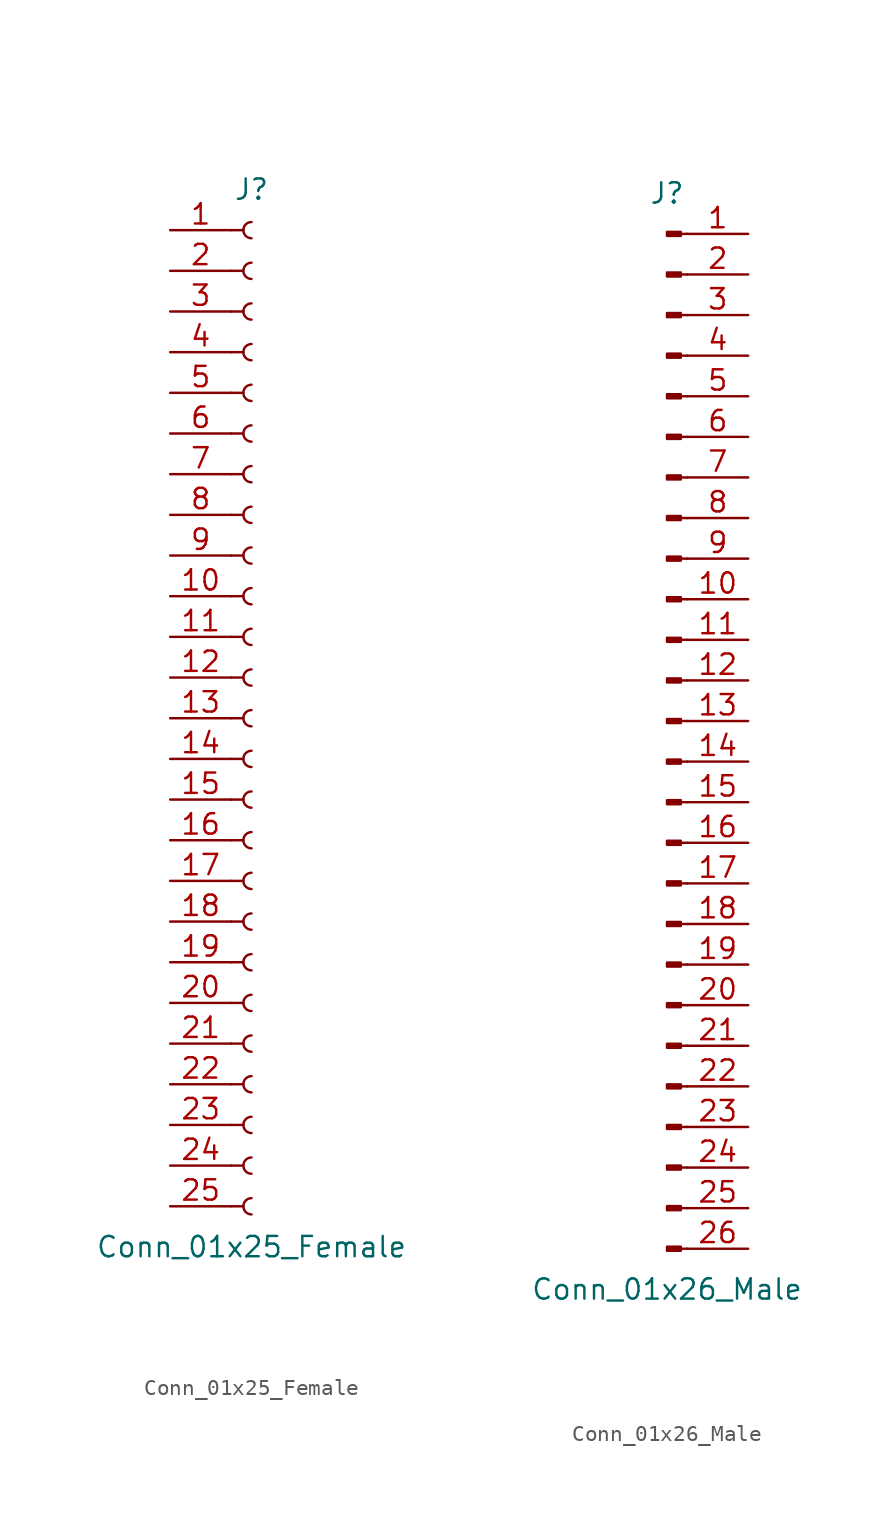
<source format=kicad_sym>
(kicad_symbol_lib
  (version 20201005)
  (generator kicad_symbol_editor)
  (symbol "Connector:Conn_01x25_Female"
    (pin_names
      (offset 1.016) hide)
    (property "Reference" "J"
      (at 0 33.02 0)
      (effects (font (size 1.27 1.27))))
    (property "Value" "Conn_01x25_Female"
      (at 0 -33.02 0)
      (effects (font (size 1.27 1.27))))
    (symbol "Conn_01x25_Female_1_1"
      (arc (start 0 -29.972) (end 0 -30.988) (radius (at 0 -30.48) (length 0.508) (angles 90.1 -90.1)) (stroke (width 0.1524)) (fill (type none)))
      (arc (start 0 -27.432) (end 0 -28.448) (radius (at 0 -27.94) (length 0.508) (angles 90.1 -90.1)) (stroke (width 0.1524)) (fill (type none)))
      (arc (start 0 -24.892) (end 0 -25.908) (radius (at 0 -25.4) (length 0.508) (angles 90.1 -90.1)) (stroke (width 0.1524)) (fill (type none)))
      (arc (start 0 -22.352) (end 0 -23.368) (radius (at 0 -22.86) (length 0.508) (angles 90.1 -90.1)) (stroke (width 0.1524)) (fill (type none)))
      (arc (start 0 -19.812) (end 0 -20.828) (radius (at 0 -20.32) (length 0.508) (angles 90.1 -90.1)) (stroke (width 0.1524)) (fill (type none)))
      (arc (start 0 -17.272) (end 0 -18.288) (radius (at 0 -17.78) (length 0.508) (angles 90.1 -90.1)) (stroke (width 0.1524)) (fill (type none)))
      (arc (start 0 -14.732) (end 0 -15.748) (radius (at 0 -15.24) (length 0.508) (angles 90.1 -90.1)) (stroke (width 0.1524)) (fill (type none)))
      (arc (start 0 -12.192) (end 0 -13.208) (radius (at 0 -12.7) (length 0.508) (angles 90.1 -90.1)) (stroke (width 0.1524)) (fill (type none)))
      (arc (start 0 -9.652) (end 0 -10.668) (radius (at 0 -10.16) (length 0.508) (angles 90.1 -90.1)) (stroke (width 0.1524)) (fill (type none)))
      (arc (start 0 -7.112) (end 0 -8.128) (radius (at 0 -7.62) (length 0.508) (angles 90.1 -90.1)) (stroke (width 0.1524)) (fill (type none)))
      (arc (start 0 -4.572) (end 0 -5.588) (radius (at 0 -5.08) (length 0.508) (angles 90.1 -90.1)) (stroke (width 0.1524)) (fill (type none)))
      (arc (start 0 -2.032) (end 0 -3.048) (radius (at 0 -2.54) (length 0.508) (angles 90.1 -90.1)) (stroke (width 0.1524)) (fill (type none)))
      (arc (start 0 0.508) (end 0 -0.508) (radius (at 0 0) (length 0.508) (angles 90.1 -90.1)) (stroke (width 0.1524)) (fill (type none)))
      (arc (start 0 3.048) (end 0 2.032) (radius (at 0 2.54) (length 0.508) (angles 90.1 -90.1)) (stroke (width 0.1524)) (fill (type none)))
      (arc (start 0 5.588) (end 0 4.572) (radius (at 0 5.08) (length 0.508) (angles 90.1 -90.1)) (stroke (width 0.1524)) (fill (type none)))
      (arc (start 0 8.128) (end 0 7.112) (radius (at 0 7.62) (length 0.508) (angles 90.1 -90.1)) (stroke (width 0.1524)) (fill (type none)))
      (arc (start 0 10.668) (end 0 9.652) (radius (at 0 10.16) (length 0.508) (angles 90.1 -90.1)) (stroke (width 0.1524)) (fill (type none)))
      (arc (start 0 13.208) (end 0 12.192) (radius (at 0 12.7) (length 0.508) (angles 90.1 -90.1)) (stroke (width 0.1524)) (fill (type none)))
      (arc (start 0 15.748) (end 0 14.732) (radius (at 0 15.24) (length 0.508) (angles 90.1 -90.1)) (stroke (width 0.1524)) (fill (type none)))
      (arc (start 0 18.288) (end 0 17.272) (radius (at 0 17.78) (length 0.508) (angles 90.1 -90.1)) (stroke (width 0.1524)) (fill (type none)))
      (arc (start 0 20.828) (end 0 19.812) (radius (at 0 20.32) (length 0.508) (angles 90.1 -90.1)) (stroke (width 0.1524)) (fill (type none)))
      (arc (start 0 23.368) (end 0 22.352) (radius (at 0 22.86) (length 0.508) (angles 90.1 -90.1)) (stroke (width 0.1524)) (fill (type none)))
      (arc (start 0 25.908) (end 0 24.892) (radius (at 0 25.4) (length 0.508) (angles 90.1 -90.1)) (stroke (width 0.1524)) (fill (type none)))
      (arc (start 0 28.448) (end 0 27.432) (radius (at 0 27.94) (length 0.508) (angles 90.1 -90.1)) (stroke (width 0.1524)) (fill (type none)))
      (arc (start 0 30.988) (end 0 29.972) (radius (at 0 30.48) (length 0.508) (angles 90.1 -90.1)) (stroke (width 0.1524)) (fill (type none)))
      (polyline (pts (xy -1.27 -30.48) (xy -0.508 -30.48)) (stroke (width 0.152)) (fill (type none)))
      (polyline (pts (xy -1.27 -27.94) (xy -0.508 -27.94)) (stroke (width 0.152)) (fill (type none)))
      (polyline (pts (xy -1.27 -25.4) (xy -0.508 -25.4)) (stroke (width 0.152)) (fill (type none)))
      (polyline (pts (xy -1.27 -22.86) (xy -0.508 -22.86)) (stroke (width 0.152)) (fill (type none)))
      (polyline (pts (xy -1.27 -20.32) (xy -0.508 -20.32)) (stroke (width 0.152)) (fill (type none)))
      (polyline (pts (xy -1.27 -17.78) (xy -0.508 -17.78)) (stroke (width 0.152)) (fill (type none)))
      (polyline (pts (xy -1.27 -15.24) (xy -0.508 -15.24)) (stroke (width 0.152)) (fill (type none)))
      (polyline (pts (xy -1.27 -12.7) (xy -0.508 -12.7)) (stroke (width 0.152)) (fill (type none)))
      (polyline (pts (xy -1.27 -10.16) (xy -0.508 -10.16)) (stroke (width 0.152)) (fill (type none)))
      (polyline (pts (xy -1.27 -7.62) (xy -0.508 -7.62)) (stroke (width 0.152)) (fill (type none)))
      (polyline (pts (xy -1.27 -5.08) (xy -0.508 -5.08)) (stroke (width 0.152)) (fill (type none)))
      (polyline (pts (xy -1.27 -2.54) (xy -0.508 -2.54)) (stroke (width 0.152)) (fill (type none)))
      (polyline (pts (xy -1.27 0) (xy -0.508 0)) (stroke (width 0.152)) (fill (type none)))
      (polyline (pts (xy -1.27 2.54) (xy -0.508 2.54)) (stroke (width 0.152)) (fill (type none)))
      (polyline (pts (xy -1.27 5.08) (xy -0.508 5.08)) (stroke (width 0.152)) (fill (type none)))
      (polyline (pts (xy -1.27 7.62) (xy -0.508 7.62)) (stroke (width 0.152)) (fill (type none)))
      (polyline (pts (xy -1.27 10.16) (xy -0.508 10.16)) (stroke (width 0.152)) (fill (type none)))
      (polyline (pts (xy -1.27 12.7) (xy -0.508 12.7)) (stroke (width 0.152)) (fill (type none)))
      (polyline (pts (xy -1.27 15.24) (xy -0.508 15.24)) (stroke (width 0.152)) (fill (type none)))
      (polyline (pts (xy -1.27 17.78) (xy -0.508 17.78)) (stroke (width 0.152)) (fill (type none)))
      (polyline (pts (xy -1.27 20.32) (xy -0.508 20.32)) (stroke (width 0.152)) (fill (type none)))
      (polyline (pts (xy -1.27 22.86) (xy -0.508 22.86)) (stroke (width 0.152)) (fill (type none)))
      (polyline (pts (xy -1.27 25.4) (xy -0.508 25.4)) (stroke (width 0.152)) (fill (type none)))
      (polyline (pts (xy -1.27 27.94) (xy -0.508 27.94)) (stroke (width 0.152)) (fill (type none)))
      (polyline (pts (xy -1.27 30.48) (xy -0.508 30.48)) (stroke (width 0.152)) (fill (type none)))
      (pin passive line (at -5.08 30.48 0) (length 3.81) (name "Pin_1" (effects (font (size 1.27 1.27)))) (number "1" (effects (font (size 1.27 1.27)))))
      (pin passive line (at -5.08 7.62 0) (length 3.81) (name "Pin_10" (effects (font (size 1.27 1.27)))) (number "10" (effects (font (size 1.27 1.27)))))
      (pin passive line (at -5.08 5.08 0) (length 3.81) (name "Pin_11" (effects (font (size 1.27 1.27)))) (number "11" (effects (font (size 1.27 1.27)))))
      (pin passive line (at -5.08 2.54 0) (length 3.81) (name "Pin_12" (effects (font (size 1.27 1.27)))) (number "12" (effects (font (size 1.27 1.27)))))
      (pin passive line (at -5.08 0 0) (length 3.81) (name "Pin_13" (effects (font (size 1.27 1.27)))) (number "13" (effects (font (size 1.27 1.27)))))
      (pin passive line (at -5.08 -2.54 0) (length 3.81) (name "Pin_14" (effects (font (size 1.27 1.27)))) (number "14" (effects (font (size 1.27 1.27)))))
      (pin passive line (at -5.08 -5.08 0) (length 3.81) (name "Pin_15" (effects (font (size 1.27 1.27)))) (number "15" (effects (font (size 1.27 1.27)))))
      (pin passive line (at -5.08 -7.62 0) (length 3.81) (name "Pin_16" (effects (font (size 1.27 1.27)))) (number "16" (effects (font (size 1.27 1.27)))))
      (pin passive line (at -5.08 -10.16 0) (length 3.81) (name "Pin_17" (effects (font (size 1.27 1.27)))) (number "17" (effects (font (size 1.27 1.27)))))
      (pin passive line (at -5.08 -12.7 0) (length 3.81) (name "Pin_18" (effects (font (size 1.27 1.27)))) (number "18" (effects (font (size 1.27 1.27)))))
      (pin passive line (at -5.08 -15.24 0) (length 3.81) (name "Pin_19" (effects (font (size 1.27 1.27)))) (number "19" (effects (font (size 1.27 1.27)))))
      (pin passive line (at -5.08 27.94 0) (length 3.81) (name "Pin_2" (effects (font (size 1.27 1.27)))) (number "2" (effects (font (size 1.27 1.27)))))
      (pin passive line (at -5.08 -17.78 0) (length 3.81) (name "Pin_20" (effects (font (size 1.27 1.27)))) (number "20" (effects (font (size 1.27 1.27)))))
      (pin passive line (at -5.08 -20.32 0) (length 3.81) (name "Pin_21" (effects (font (size 1.27 1.27)))) (number "21" (effects (font (size 1.27 1.27)))))
      (pin passive line (at -5.08 -22.86 0) (length 3.81) (name "Pin_22" (effects (font (size 1.27 1.27)))) (number "22" (effects (font (size 1.27 1.27)))))
      (pin passive line (at -5.08 -25.4 0) (length 3.81) (name "Pin_23" (effects (font (size 1.27 1.27)))) (number "23" (effects (font (size 1.27 1.27)))))
      (pin passive line (at -5.08 -27.94 0) (length 3.81) (name "Pin_24" (effects (font (size 1.27 1.27)))) (number "24" (effects (font (size 1.27 1.27)))))
      (pin passive line (at -5.08 -30.48 0) (length 3.81) (name "Pin_25" (effects (font (size 1.27 1.27)))) (number "25" (effects (font (size 1.27 1.27)))))
      (pin passive line (at -5.08 25.4 0) (length 3.81) (name "Pin_3" (effects (font (size 1.27 1.27)))) (number "3" (effects (font (size 1.27 1.27)))))
      (pin passive line (at -5.08 22.86 0) (length 3.81) (name "Pin_4" (effects (font (size 1.27 1.27)))) (number "4" (effects (font (size 1.27 1.27)))))
      (pin passive line (at -5.08 20.32 0) (length 3.81) (name "Pin_5" (effects (font (size 1.27 1.27)))) (number "5" (effects (font (size 1.27 1.27)))))
      (pin passive line (at -5.08 17.78 0) (length 3.81) (name "Pin_6" (effects (font (size 1.27 1.27)))) (number "6" (effects (font (size 1.27 1.27)))))
      (pin passive line (at -5.08 15.24 0) (length 3.81) (name "Pin_7" (effects (font (size 1.27 1.27)))) (number "7" (effects (font (size 1.27 1.27)))))
      (pin passive line (at -5.08 12.7 0) (length 3.81) (name "Pin_8" (effects (font (size 1.27 1.27)))) (number "8" (effects (font (size 1.27 1.27)))))
      (pin passive line (at -5.08 10.16 0) (length 3.81) (name "Pin_9" (effects (font (size 1.27 1.27)))) (number "9" (effects (font (size 1.27 1.27)))))))
  (symbol "Connector:Conn_01x26_Male"
    (pin_names
      (offset 1.016) hide)
    (property "Reference" "J"
      (at 0 33.02 0)
      (effects (font (size 1.27 1.27))))
    (property "Value" "Conn_01x26_Male"
      (at 0 -35.56 0)
      (effects (font (size 1.27 1.27))))
    (symbol "Conn_01x26_Male_1_1"
      (rectangle (start 0.864 -32.893) (end 0 -33.147) (stroke (width 0.152)) (fill (type outline)))
      (rectangle (start 0.864 -30.353) (end 0 -30.607) (stroke (width 0.152)) (fill (type outline)))
      (rectangle (start 0.864 -27.813) (end 0 -28.067) (stroke (width 0.152)) (fill (type outline)))
      (rectangle (start 0.864 -25.273) (end 0 -25.527) (stroke (width 0.152)) (fill (type outline)))
      (rectangle (start 0.864 -22.733) (end 0 -22.987) (stroke (width 0.152)) (fill (type outline)))
      (rectangle (start 0.864 -20.193) (end 0 -20.447) (stroke (width 0.152)) (fill (type outline)))
      (rectangle (start 0.864 -17.653) (end 0 -17.907) (stroke (width 0.152)) (fill (type outline)))
      (rectangle (start 0.864 -15.113) (end 0 -15.367) (stroke (width 0.152)) (fill (type outline)))
      (rectangle (start 0.864 -12.573) (end 0 -12.827) (stroke (width 0.152)) (fill (type outline)))
      (rectangle (start 0.864 -10.033) (end 0 -10.287) (stroke (width 0.152)) (fill (type outline)))
      (rectangle (start 0.864 -7.493) (end 0 -7.747) (stroke (width 0.152)) (fill (type outline)))
      (rectangle (start 0.864 -4.953) (end 0 -5.207) (stroke (width 0.152)) (fill (type outline)))
      (rectangle (start 0.864 -2.413) (end 0 -2.667) (stroke (width 0.152)) (fill (type outline)))
      (rectangle (start 0.864 0.127) (end 0 -0.127) (stroke (width 0.152)) (fill (type outline)))
      (rectangle (start 0.864 2.667) (end 0 2.413) (stroke (width 0.152)) (fill (type outline)))
      (rectangle (start 0.864 5.207) (end 0 4.953) (stroke (width 0.152)) (fill (type outline)))
      (rectangle (start 0.864 7.747) (end 0 7.493) (stroke (width 0.152)) (fill (type outline)))
      (rectangle (start 0.864 10.287) (end 0 10.033) (stroke (width 0.152)) (fill (type outline)))
      (rectangle (start 0.864 12.827) (end 0 12.573) (stroke (width 0.152)) (fill (type outline)))
      (rectangle (start 0.864 15.367) (end 0 15.113) (stroke (width 0.152)) (fill (type outline)))
      (rectangle (start 0.864 17.907) (end 0 17.653) (stroke (width 0.152)) (fill (type outline)))
      (rectangle (start 0.864 20.447) (end 0 20.193) (stroke (width 0.152)) (fill (type outline)))
      (rectangle (start 0.864 22.987) (end 0 22.733) (stroke (width 0.152)) (fill (type outline)))
      (rectangle (start 0.864 25.527) (end 0 25.273) (stroke (width 0.152)) (fill (type outline)))
      (rectangle (start 0.864 28.067) (end 0 27.813) (stroke (width 0.152)) (fill (type outline)))
      (rectangle (start 0.864 30.607) (end 0 30.353) (stroke (width 0.152)) (fill (type outline)))
      (polyline (pts (xy 1.27 -33.02) (xy 0.864 -33.02)) (stroke (width 0.152)) (fill (type none)))
      (polyline (pts (xy 1.27 -30.48) (xy 0.864 -30.48)) (stroke (width 0.152)) (fill (type none)))
      (polyline (pts (xy 1.27 -27.94) (xy 0.864 -27.94)) (stroke (width 0.152)) (fill (type none)))
      (polyline (pts (xy 1.27 -25.4) (xy 0.864 -25.4)) (stroke (width 0.152)) (fill (type none)))
      (polyline (pts (xy 1.27 -22.86) (xy 0.864 -22.86)) (stroke (width 0.152)) (fill (type none)))
      (polyline (pts (xy 1.27 -20.32) (xy 0.864 -20.32)) (stroke (width 0.152)) (fill (type none)))
      (polyline (pts (xy 1.27 -17.78) (xy 0.864 -17.78)) (stroke (width 0.152)) (fill (type none)))
      (polyline (pts (xy 1.27 -15.24) (xy 0.864 -15.24)) (stroke (width 0.152)) (fill (type none)))
      (polyline (pts (xy 1.27 -12.7) (xy 0.864 -12.7)) (stroke (width 0.152)) (fill (type none)))
      (polyline (pts (xy 1.27 -10.16) (xy 0.864 -10.16)) (stroke (width 0.152)) (fill (type none)))
      (polyline (pts (xy 1.27 -7.62) (xy 0.864 -7.62)) (stroke (width 0.152)) (fill (type none)))
      (polyline (pts (xy 1.27 -5.08) (xy 0.864 -5.08)) (stroke (width 0.152)) (fill (type none)))
      (polyline (pts (xy 1.27 -2.54) (xy 0.864 -2.54)) (stroke (width 0.152)) (fill (type none)))
      (polyline (pts (xy 1.27 0) (xy 0.864 0)) (stroke (width 0.152)) (fill (type none)))
      (polyline (pts (xy 1.27 2.54) (xy 0.864 2.54)) (stroke (width 0.152)) (fill (type none)))
      (polyline (pts (xy 1.27 5.08) (xy 0.864 5.08)) (stroke (width 0.152)) (fill (type none)))
      (polyline (pts (xy 1.27 7.62) (xy 0.864 7.62)) (stroke (width 0.152)) (fill (type none)))
      (polyline (pts (xy 1.27 10.16) (xy 0.864 10.16)) (stroke (width 0.152)) (fill (type none)))
      (polyline (pts (xy 1.27 12.7) (xy 0.864 12.7)) (stroke (width 0.152)) (fill (type none)))
      (polyline (pts (xy 1.27 15.24) (xy 0.864 15.24)) (stroke (width 0.152)) (fill (type none)))
      (polyline (pts (xy 1.27 17.78) (xy 0.864 17.78)) (stroke (width 0.152)) (fill (type none)))
      (polyline (pts (xy 1.27 20.32) (xy 0.864 20.32)) (stroke (width 0.152)) (fill (type none)))
      (polyline (pts (xy 1.27 22.86) (xy 0.864 22.86)) (stroke (width 0.152)) (fill (type none)))
      (polyline (pts (xy 1.27 25.4) (xy 0.864 25.4)) (stroke (width 0.152)) (fill (type none)))
      (polyline (pts (xy 1.27 27.94) (xy 0.864 27.94)) (stroke (width 0.152)) (fill (type none)))
      (polyline (pts (xy 1.27 30.48) (xy 0.864 30.48)) (stroke (width 0.152)) (fill (type none)))
      (pin passive line (at 5.08 30.48 180) (length 3.81) (name "Pin_1" (effects (font (size 1.27 1.27)))) (number "1" (effects (font (size 1.27 1.27)))))
      (pin passive line (at 5.08 7.62 180) (length 3.81) (name "Pin_10" (effects (font (size 1.27 1.27)))) (number "10" (effects (font (size 1.27 1.27)))))
      (pin passive line (at 5.08 5.08 180) (length 3.81) (name "Pin_11" (effects (font (size 1.27 1.27)))) (number "11" (effects (font (size 1.27 1.27)))))
      (pin passive line (at 5.08 2.54 180) (length 3.81) (name "Pin_12" (effects (font (size 1.27 1.27)))) (number "12" (effects (font (size 1.27 1.27)))))
      (pin passive line (at 5.08 0 180) (length 3.81) (name "Pin_13" (effects (font (size 1.27 1.27)))) (number "13" (effects (font (size 1.27 1.27)))))
      (pin passive line (at 5.08 -2.54 180) (length 3.81) (name "Pin_14" (effects (font (size 1.27 1.27)))) (number "14" (effects (font (size 1.27 1.27)))))
      (pin passive line (at 5.08 -5.08 180) (length 3.81) (name "Pin_15" (effects (font (size 1.27 1.27)))) (number "15" (effects (font (size 1.27 1.27)))))
      (pin passive line (at 5.08 -7.62 180) (length 3.81) (name "Pin_16" (effects (font (size 1.27 1.27)))) (number "16" (effects (font (size 1.27 1.27)))))
      (pin passive line (at 5.08 -10.16 180) (length 3.81) (name "Pin_17" (effects (font (size 1.27 1.27)))) (number "17" (effects (font (size 1.27 1.27)))))
      (pin passive line (at 5.08 -12.7 180) (length 3.81) (name "Pin_18" (effects (font (size 1.27 1.27)))) (number "18" (effects (font (size 1.27 1.27)))))
      (pin passive line (at 5.08 -15.24 180) (length 3.81) (name "Pin_19" (effects (font (size 1.27 1.27)))) (number "19" (effects (font (size 1.27 1.27)))))
      (pin passive line (at 5.08 27.94 180) (length 3.81) (name "Pin_2" (effects (font (size 1.27 1.27)))) (number "2" (effects (font (size 1.27 1.27)))))
      (pin passive line (at 5.08 -17.78 180) (length 3.81) (name "Pin_20" (effects (font (size 1.27 1.27)))) (number "20" (effects (font (size 1.27 1.27)))))
      (pin passive line (at 5.08 -20.32 180) (length 3.81) (name "Pin_21" (effects (font (size 1.27 1.27)))) (number "21" (effects (font (size 1.27 1.27)))))
      (pin passive line (at 5.08 -22.86 180) (length 3.81) (name "Pin_22" (effects (font (size 1.27 1.27)))) (number "22" (effects (font (size 1.27 1.27)))))
      (pin passive line (at 5.08 -25.4 180) (length 3.81) (name "Pin_23" (effects (font (size 1.27 1.27)))) (number "23" (effects (font (size 1.27 1.27)))))
      (pin passive line (at 5.08 -27.94 180) (length 3.81) (name "Pin_24" (effects (font (size 1.27 1.27)))) (number "24" (effects (font (size 1.27 1.27)))))
      (pin passive line (at 5.08 -30.48 180) (length 3.81) (name "Pin_25" (effects (font (size 1.27 1.27)))) (number "25" (effects (font (size 1.27 1.27)))))
      (pin passive line (at 5.08 -33.02 180) (length 3.81) (name "Pin_26" (effects (font (size 1.27 1.27)))) (number "26" (effects (font (size 1.27 1.27)))))
      (pin passive line (at 5.08 25.4 180) (length 3.81) (name "Pin_3" (effects (font (size 1.27 1.27)))) (number "3" (effects (font (size 1.27 1.27)))))
      (pin passive line (at 5.08 22.86 180) (length 3.81) (name "Pin_4" (effects (font (size 1.27 1.27)))) (number "4" (effects (font (size 1.27 1.27)))))
      (pin passive line (at 5.08 20.32 180) (length 3.81) (name "Pin_5" (effects (font (size 1.27 1.27)))) (number "5" (effects (font (size 1.27 1.27)))))
      (pin passive line (at 5.08 17.78 180) (length 3.81) (name "Pin_6" (effects (font (size 1.27 1.27)))) (number "6" (effects (font (size 1.27 1.27)))))
      (pin passive line (at 5.08 15.24 180) (length 3.81) (name "Pin_7" (effects (font (size 1.27 1.27)))) (number "7" (effects (font (size 1.27 1.27)))))
      (pin passive line (at 5.08 12.7 180) (length 3.81) (name "Pin_8" (effects (font (size 1.27 1.27)))) (number "8" (effects (font (size 1.27 1.27)))))
      (pin passive line (at 5.08 10.16 180) (length 3.81) (name "Pin_9" (effects (font (size 1.27 1.27)))) (number "9" (effects (font (size 1.27 1.27))))))))
</source>
